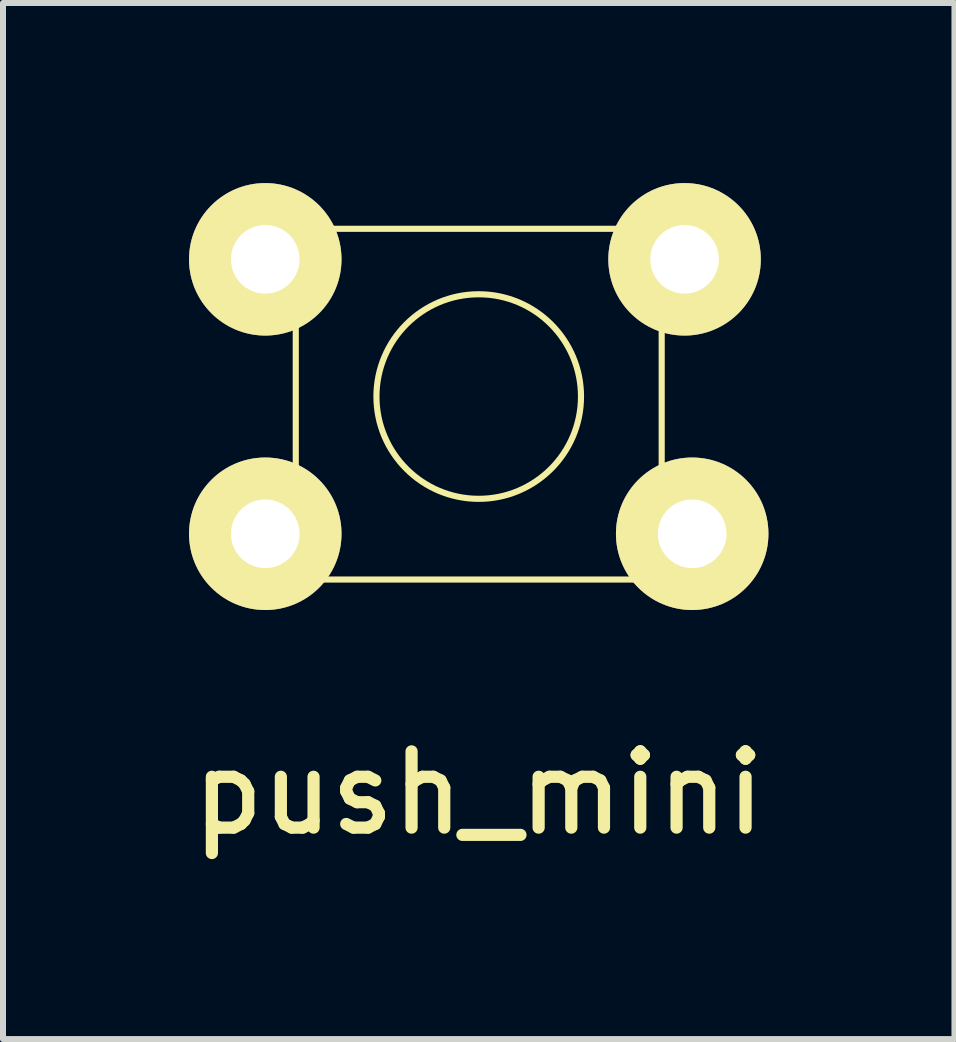
<source format=kicad_pcb>
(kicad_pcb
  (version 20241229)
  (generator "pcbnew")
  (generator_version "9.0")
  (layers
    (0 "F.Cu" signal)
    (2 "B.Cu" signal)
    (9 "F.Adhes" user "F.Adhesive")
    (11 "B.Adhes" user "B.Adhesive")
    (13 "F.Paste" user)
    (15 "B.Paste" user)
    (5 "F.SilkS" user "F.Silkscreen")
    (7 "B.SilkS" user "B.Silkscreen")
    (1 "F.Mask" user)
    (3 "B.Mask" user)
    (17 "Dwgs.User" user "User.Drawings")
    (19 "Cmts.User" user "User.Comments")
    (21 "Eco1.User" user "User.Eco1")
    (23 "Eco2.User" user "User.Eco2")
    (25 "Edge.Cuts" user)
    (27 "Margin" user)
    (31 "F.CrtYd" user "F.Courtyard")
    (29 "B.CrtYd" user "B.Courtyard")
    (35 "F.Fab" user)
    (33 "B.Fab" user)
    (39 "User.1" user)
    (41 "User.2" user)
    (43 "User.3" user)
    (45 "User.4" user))
  (footprint "push_mini"
    (layer "F.Cu")
    (at 4.925 3.81)
    (property "Reference" "push_mini" (at 0 6.35 0) (layer "F.SilkS") (effects (font (size 1.27 1.27) (thickness 0.203))))
    (attr through_hole)
    (fp_line (start -3.048 -3.048) (end -3.048 2.794) (stroke (width 0.102) (type solid)) (layer "F.SilkS"))
    (fp_line (start -3.048 2.794) (end 3.048 2.794) (stroke (width 0.102) (type solid)) (layer "F.SilkS"))
    (fp_line (start 3.048 -3.048) (end -3.048 -3.048) (stroke (width 0.102) (type solid)) (layer "F.SilkS"))
    (fp_line (start 3.048 2.794) (end 3.048 -3.048) (stroke (width 0.102) (type solid)) (layer "F.SilkS"))
    (fp_circle (center 0 -0.254) (end 1.524 0.508) (stroke (width 0.102) (type solid)) (fill no) (layer "F.SilkS"))
    (pad "1" thru_hole circle (at -3.556 -2.54) (size 2.54 2.54) (drill 1.143) (layers "*.Cu" "*.Mask" "F.SilkS"))
    (pad "2" thru_hole circle (at 3.429 -2.54) (size 2.54 2.54) (drill 1.143) (layers "*.Cu" "*.Mask" "F.SilkS"))
    (pad "3" thru_hole circle (at -3.556 2.032) (size 2.54 2.54) (drill 1.143) (layers "*.Cu" "*.Mask" "F.SilkS"))
    (pad "4" thru_hole circle (at 3.556 2.032) (size 2.54 2.54) (drill 1.143) (layers "*.Cu" "*.Mask" "F.SilkS")))
  (gr_rect
    (start -3 -3)
    (end 12.85 14.26)
    (stroke (width 0.1) (type default))
    (fill no)
    (layer "Edge.Cuts")))
</source>
